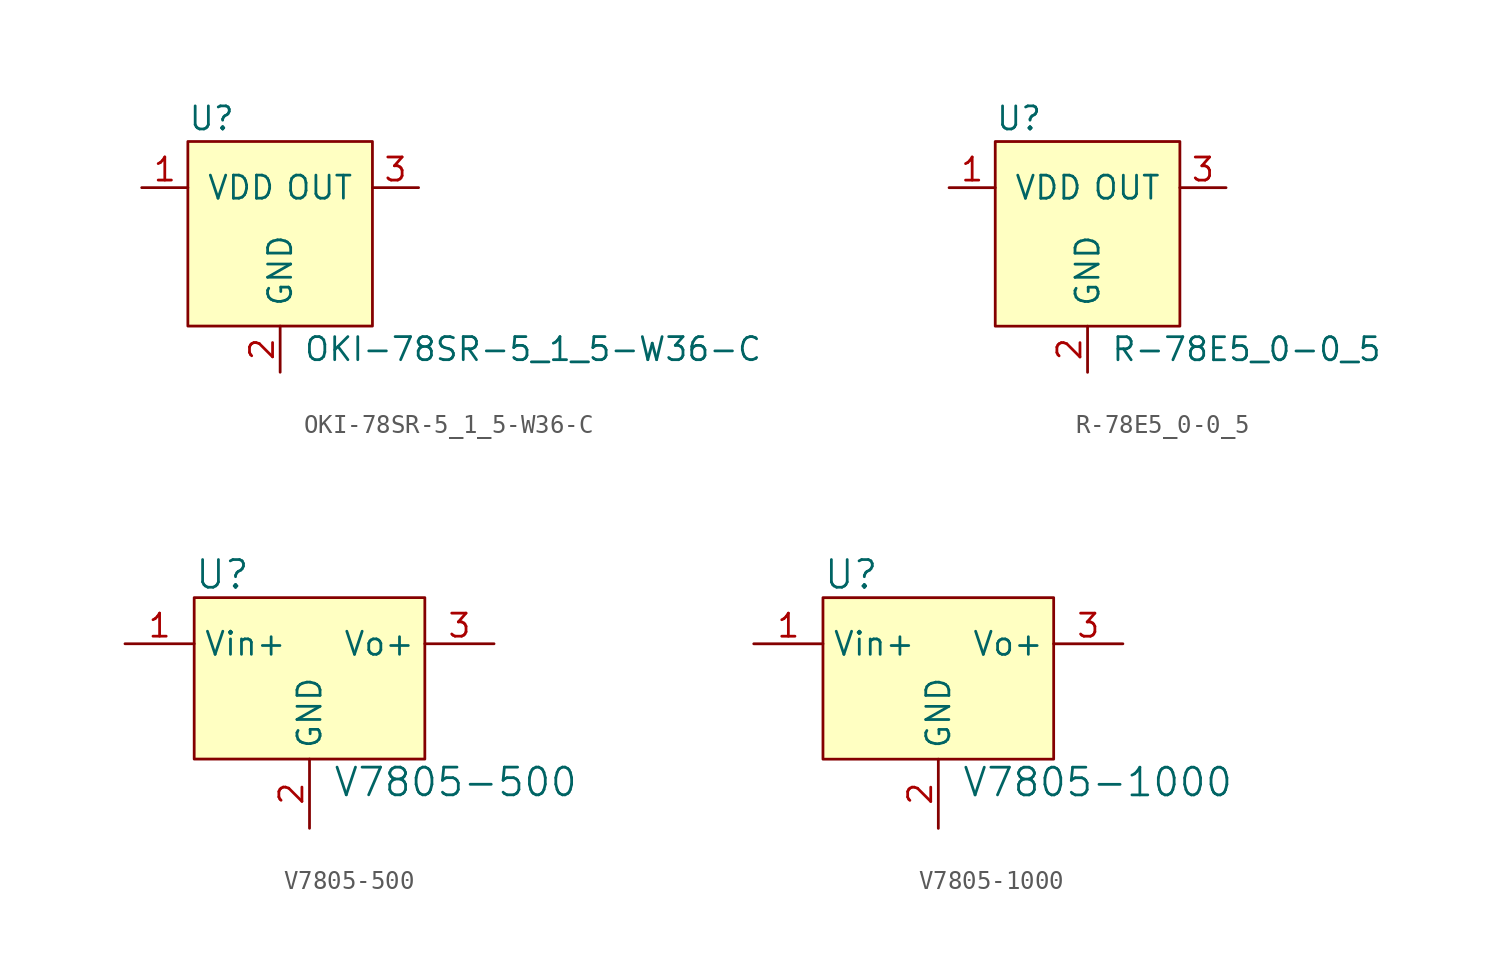
<source format=kicad_sym>
(kicad_symbol_lib
  (version 20231120)
  (generator "kicad_symbol_editor")
  (generator_version "8.0")
  (symbol "OKI-78SR-5_1_5-W36-C"
    (pin_names
      (offset 1.016))
    (property "Reference" "U"
      (at -5.08 6.35 0)
      (effects (font (size 1.27 1.27)) (justify left)))
    (property "Value" "OKI-78SR-5_1_5-W36-C"
      (at 1.27 -6.35 0)
      (effects (font (size 1.27 1.27)) (justify left)))
    (symbol "OKI-78SR-5_1_5-W36-C_0_1"
      (rectangle (start 5.08 5.08) (end -5.08 -5.08) (stroke (width 0) (type solid)) (fill (type background))))
    (symbol "OKI-78SR-5_1_5-W36-C_1_1"
      (pin power_in line (at -7.62 2.54 0) (length 2.54) (name "VDD" (effects (font (size 1.27 1.27)))) (number "1" (effects (font (size 1.27 1.27)))))
      (pin power_in line (at 0 -7.62 90) (length 2.54) (name "GND" (effects (font (size 1.27 1.27)))) (number "2" (effects (font (size 1.27 1.27)))))
      (pin power_out line (at 7.62 2.54 180) (length 2.54) (name "OUT" (effects (font (size 1.27 1.27)))) (number "3" (effects (font (size 1.27 1.27)))))))
  (symbol "R-78E5_0-0_5"
    (pin_names
      (offset 1.016))
    (property "Reference" "U"
      (at -5.08 6.35 0)
      (effects (font (size 1.27 1.27)) (justify left)))
    (property "Value" "R-78E5_0-0_5"
      (at 1.27 -6.35 0)
      (effects (font (size 1.27 1.27)) (justify left)))
    (symbol "R-78E5_0-0_5_1_1"
      (rectangle (start 5.08 5.08) (end -5.08 -5.08) (stroke (width 0) (type solid)) (fill (type background)))
      (pin power_in line (at -7.62 2.54 0) (length 2.54) (name "VDD" (effects (font (size 1.27 1.27)))) (number "1" (effects (font (size 1.27 1.27)))))
      (pin power_in line (at 0 -7.62 90) (length 2.54) (name "GND" (effects (font (size 1.27 1.27)))) (number "2" (effects (font (size 1.27 1.27)))))
      (pin power_out line (at 7.62 2.54 180) (length 2.54) (name "OUT" (effects (font (size 1.27 1.27)))) (number "3" (effects (font (size 1.27 1.27)))))))
  (symbol "V7805-500"
    (property "Reference" "U"
      (at -6.35 6.35 0)
      (effects (font (size 1.524 1.524)) (justify left)))
    (property "Value" "V7805-500"
      (at 1.27 -5.08 0)
      (effects (font (size 1.524 1.524)) (justify left)))
    (symbol "V7805-500_0_1"
      (rectangle (start -6.35 5.08) (end 6.35 -3.81) (stroke (width 0) (type solid)) (fill (type background))))
    (symbol "V7805-500_1_1"
      (pin power_in line (at -10.16 2.54 0) (length 3.81) (name "Vin+" (effects (font (size 1.27 1.27)))) (number "1" (effects (font (size 1.27 1.27)))))
      (pin power_in line (at 0 -7.62 90) (length 3.81) (name "GND" (effects (font (size 1.27 1.27)))) (number "2" (effects (font (size 1.27 1.27)))))
      (pin power_out line (at 10.16 2.54 180) (length 3.81) (name "Vo+" (effects (font (size 1.27 1.27)))) (number "3" (effects (font (size 1.27 1.27)))))))
  (symbol "V7805-1000"
    (property "Reference" "U"
      (at -6.35 6.35 0)
      (effects (font (size 1.524 1.524)) (justify left)))
    (property "Value" "V7805-1000"
      (at 1.27 -5.08 0)
      (effects (font (size 1.524 1.524)) (justify left)))
    (symbol "V7805-1000_0_1"
      (rectangle (start -6.35 5.08) (end 6.35 -3.81) (stroke (width 0) (type solid)) (fill (type background))))
    (symbol "V7805-1000_1_1"
      (pin power_in line (at -10.16 2.54 0) (length 3.81) (name "Vin+" (effects (font (size 1.27 1.27)))) (number "1" (effects (font (size 1.27 1.27)))))
      (pin power_in line (at 0 -7.62 90) (length 3.81) (name "GND" (effects (font (size 1.27 1.27)))) (number "2" (effects (font (size 1.27 1.27)))))
      (pin power_out line (at 10.16 2.54 180) (length 3.81) (name "Vo+" (effects (font (size 1.27 1.27)))) (number "3" (effects (font (size 1.27 1.27))))))))
</source>
